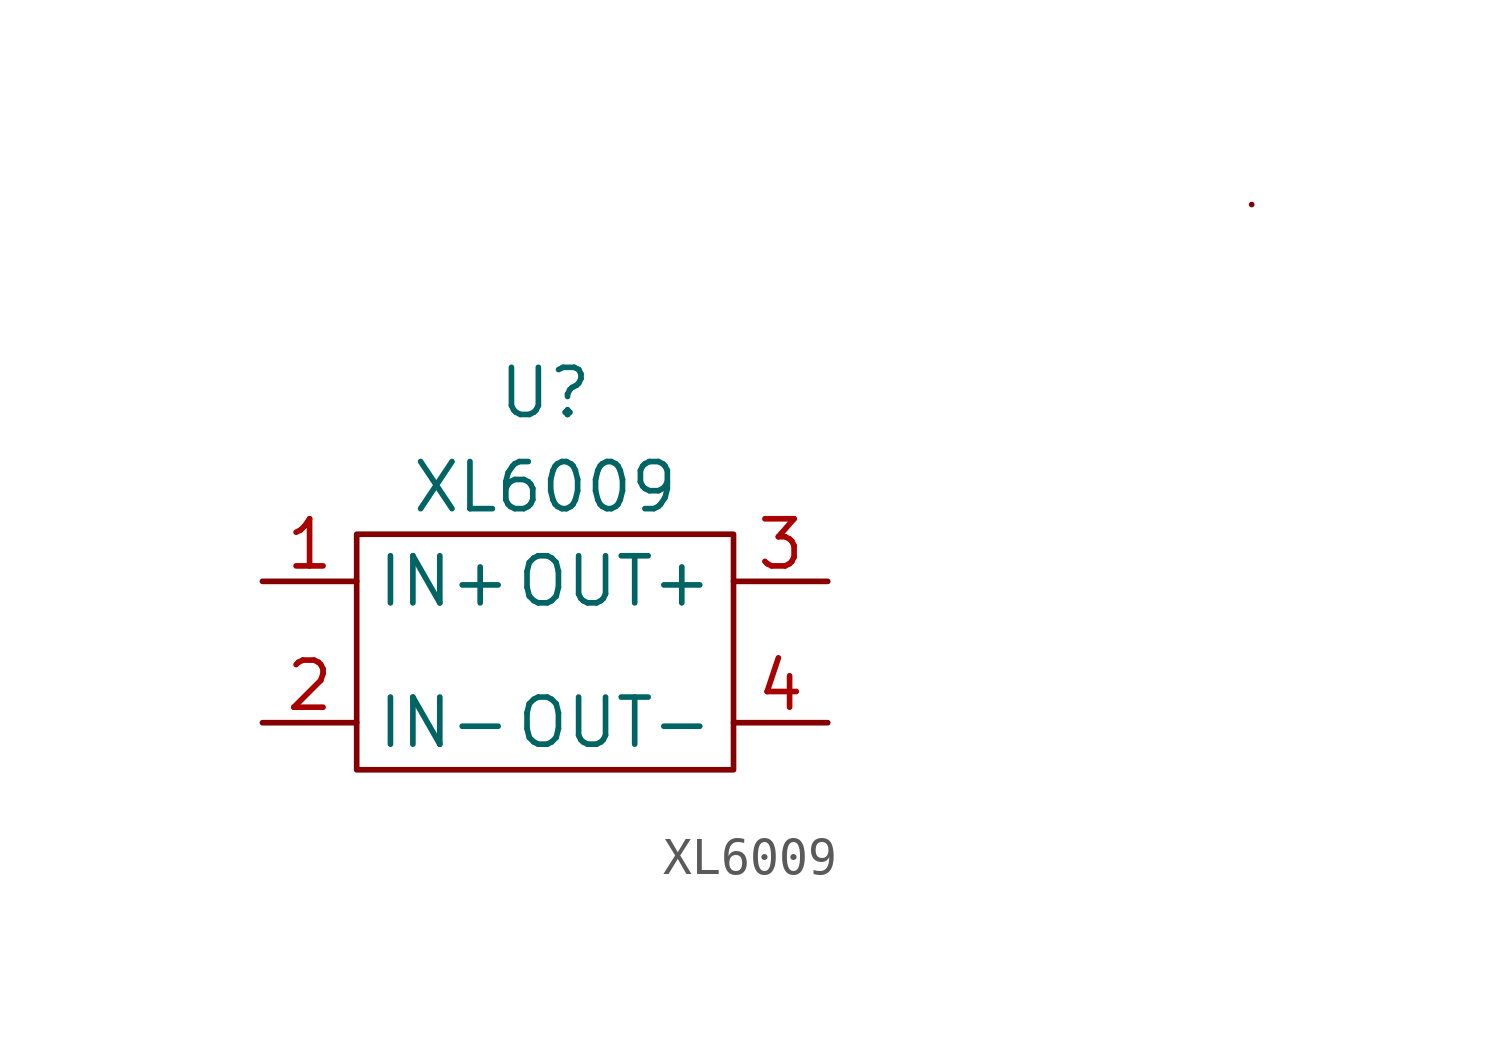
<source format=kicad_sym>
(kicad_symbol_lib
  (version 20211014)
  (generator kicad_symbol_editor)
  (symbol "XL6009"
    (property "Reference" "U"
      (at 0 1.27 0)
      (effects (font (size 1.27 1.27))))
    (property "Value" "XL6009"
      (at 0 -1.27 0)
      (effects (font (size 1.27 1.27))))
    (symbol "XL6009_0_1"
      (rectangle (start -5.08 -2.54) (end 5.08 -8.89) (stroke (width 0) (type default) (color 0 0 0 0)) (fill (type none)))
      (rectangle (start 19.05 6.35) (end 19.05 6.35) (stroke (width 0) (type default) (color 0 0 0 0)) (fill (type none))))
    (symbol "XL6009_1_1"
      (pin input line (at -7.62 -3.81 0) (length 2.54) (name "IN+" (effects (font (size 1.27 1.27)))) (number "1" (effects (font (size 1.27 1.27)))))
      (pin input line (at -7.62 -7.62 0) (length 2.54) (name "IN-" (effects (font (size 1.27 1.27)))) (number "2" (effects (font (size 1.27 1.27)))))
      (pin input line (at 7.62 -3.81 180) (length 2.54) (name "OUT+" (effects (font (size 1.27 1.27)))) (number "3" (effects (font (size 1.27 1.27)))))
      (pin input line (at 7.62 -7.62 180) (length 2.54) (name "OUT-" (effects (font (size 1.27 1.27)))) (number "4" (effects (font (size 1.27 1.27))))))))
</source>
